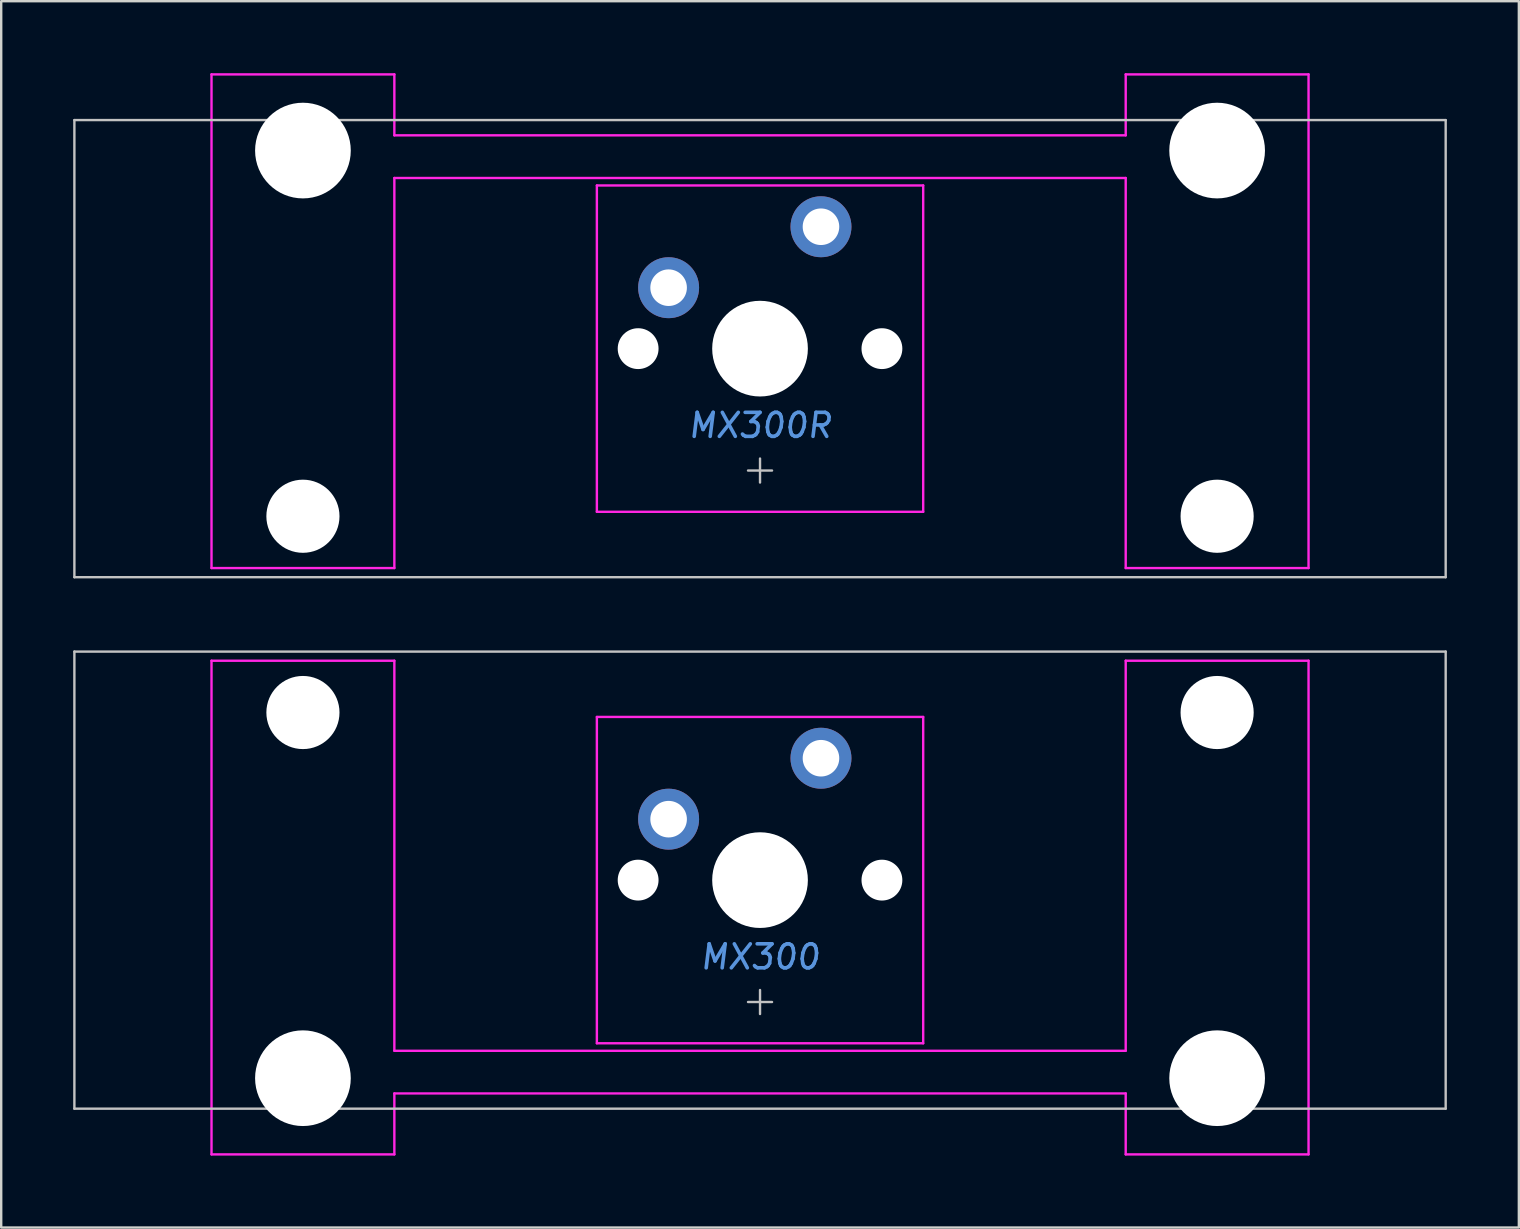
<source format=kicad_pcb>
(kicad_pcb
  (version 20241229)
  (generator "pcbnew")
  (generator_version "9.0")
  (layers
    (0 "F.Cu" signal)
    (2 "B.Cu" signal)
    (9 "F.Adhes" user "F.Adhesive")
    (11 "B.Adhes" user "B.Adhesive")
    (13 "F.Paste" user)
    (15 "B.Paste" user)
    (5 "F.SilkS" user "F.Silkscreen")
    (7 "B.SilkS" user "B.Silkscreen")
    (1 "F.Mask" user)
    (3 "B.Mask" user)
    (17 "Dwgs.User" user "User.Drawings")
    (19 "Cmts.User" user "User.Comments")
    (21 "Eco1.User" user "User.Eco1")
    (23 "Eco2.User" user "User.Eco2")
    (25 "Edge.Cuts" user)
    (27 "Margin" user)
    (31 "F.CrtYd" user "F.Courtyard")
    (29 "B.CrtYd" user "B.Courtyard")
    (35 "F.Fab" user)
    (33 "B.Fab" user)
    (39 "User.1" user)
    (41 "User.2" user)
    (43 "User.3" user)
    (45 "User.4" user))
  (footprint "MX300R"
    (layer "F.Cu")
    (at 28.625 11.48)
    (property "Reference" "MX300R" (at 0 3.2 0) (layer "Cmts.User") (effects (font (size 1 1) (thickness 0.15) (italic yes))))
    (attr through_hole)
    (fp_line (start -28.575 -9.525) (end -28.575 9.525) (stroke (width 0.1) (type solid)) (layer "Dwgs.User"))
    (fp_line (start 0 5.58) (end 0 4.58) (stroke (width 0.1) (type solid)) (layer "Dwgs.User"))
    (fp_line (start 0.5 5.08) (end -0.5 5.08) (stroke (width 0.1) (type solid)) (layer "Dwgs.User"))
    (fp_line (start 28.575 -9.525) (end -28.575 -9.525) (stroke (width 0.1) (type solid)) (layer "Dwgs.User"))
    (fp_line (start 28.575 -9.525) (end 28.575 9.525) (stroke (width 0.1) (type solid)) (layer "Dwgs.User"))
    (fp_line (start 28.575 9.525) (end -28.575 9.525) (stroke (width 0.1) (type solid)) (layer "Dwgs.User"))
    (fp_line (start -22.55 5.485) (end -22.55 -8.515) (stroke (width 0.1) (type solid)) (layer "Eco1.User"))
    (fp_line (start -22.05 5.985) (end -16.05 5.985) (stroke (width 0.1) (type solid)) (layer "Eco1.User"))
    (fp_line (start -16.05 -9.015) (end -22.05 -9.015) (stroke (width 0.1) (type solid)) (layer "Eco1.User"))
    (fp_line (start -15.55 -8.515) (end -15.55 5.485) (stroke (width 0.1) (type solid)) (layer "Eco1.User"))
    (fp_line (start -7 6.5) (end -7 -6.5) (stroke (width 0.1) (type solid)) (layer "Eco1.User"))
    (fp_line (start -6.5 -7) (end 6.5 -7) (stroke (width 0.1) (type solid)) (layer "Eco1.User"))
    (fp_line (start 6.5 7) (end -6.5 7) (stroke (width 0.1) (type solid)) (layer "Eco1.User"))
    (fp_line (start 7 -6.5) (end 7 6.5) (stroke (width 0.1) (type solid)) (layer "Eco1.User"))
    (fp_line (start 15.55 5.485) (end 15.55 -8.515) (stroke (width 0.1) (type solid)) (layer "Eco1.User"))
    (fp_line (start 16.05 5.985) (end 22.05 5.985) (stroke (width 0.1) (type solid)) (layer "Eco1.User"))
    (fp_line (start 22.05 -9.015) (end 16.05 -9.015) (stroke (width 0.1) (type solid)) (layer "Eco1.User"))
    (fp_line (start 22.55 -8.515) (end 22.55 5.485) (stroke (width 0.1) (type solid)) (layer "Eco1.User"))
    (fp_arc (start -22.55 -8.515) (mid -22.403553 -8.868553) (end -22.05 -9.015) (stroke (width 0.1) (type solid)) (layer "Eco1.User"))
    (fp_arc (start -22.05 5.985) (mid -22.403553 5.838553) (end -22.55 5.485) (stroke (width 0.1) (type solid)) (layer "Eco1.User"))
    (fp_arc (start -16.05 -9.015) (mid -15.696447 -8.868553) (end -15.55 -8.515) (stroke (width 0.1) (type solid)) (layer "Eco1.User"))
    (fp_arc (start -15.55 5.485) (mid -15.696447 5.838553) (end -16.05 5.985) (stroke (width 0.1) (type solid)) (layer "Eco1.User"))
    (fp_arc (start -7 -6.5) (mid -6.853553 -6.853553) (end -6.5 -7) (stroke (width 0.1) (type solid)) (layer "Eco1.User"))
    (fp_arc (start -6.5 7) (mid -6.853553 6.853553) (end -7 6.5) (stroke (width 0.1) (type solid)) (layer "Eco1.User"))
    (fp_arc (start 6.5 -7) (mid 6.853553 -6.853553) (end 7 -6.5) (stroke (width 0.1) (type solid)) (layer "Eco1.User"))
    (fp_arc (start 7 6.5) (mid 6.853553 6.853553) (end 6.5 7) (stroke (width 0.1) (type solid)) (layer "Eco1.User"))
    (fp_arc (start 15.55 -8.515) (mid 15.696447 -8.868553) (end 16.05 -9.015) (stroke (width 0.1) (type solid)) (layer "Eco1.User"))
    (fp_arc (start 16.05 5.985) (mid 15.696447 5.838553) (end 15.55 5.485) (stroke (width 0.1) (type solid)) (layer "Eco1.User"))
    (fp_arc (start 22.05 -9.015) (mid 22.403553 -8.868553) (end 22.55 -8.515) (stroke (width 0.1) (type solid)) (layer "Eco1.User"))
    (fp_arc (start 22.55 5.485) (mid 22.403553 5.838553) (end 22.05 5.985) (stroke (width 0.1) (type solid)) (layer "Eco1.User"))
    (fp_line (start -22.86 -11.43) (end -22.86 9.144) (stroke (width 0.1) (type solid)) (layer "F.CrtYd"))
    (fp_line (start -22.86 9.144) (end -15.24 9.144) (stroke (width 0.1) (type solid)) (layer "F.CrtYd"))
    (fp_line (start -15.24 -11.43) (end -22.86 -11.43) (stroke (width 0.1) (type solid)) (layer "F.CrtYd"))
    (fp_line (start -15.24 -11.43) (end -15.24 -8.89) (stroke (width 0.1) (type solid)) (layer "F.CrtYd"))
    (fp_line (start -15.24 -8.89) (end 15.24 -8.89) (stroke (width 0.1) (type solid)) (layer "F.CrtYd"))
    (fp_line (start -15.24 -7.112) (end 15.24 -7.112) (stroke (width 0.1) (type solid)) (layer "F.CrtYd"))
    (fp_line (start -15.24 9.144) (end -15.24 -7.112) (stroke (width 0.1) (type solid)) (layer "F.CrtYd"))
    (fp_line (start -6.8 -6.8) (end 6.8 -6.8) (stroke (width 0.1) (type solid)) (layer "F.CrtYd"))
    (fp_line (start -6.8 6.8) (end -6.8 -6.8) (stroke (width 0.1) (type solid)) (layer "F.CrtYd"))
    (fp_line (start -6.8 6.8) (end 6.8 6.8) (stroke (width 0.1) (type solid)) (layer "F.CrtYd"))
    (fp_line (start 6.8 6.8) (end 6.8 -6.8) (stroke (width 0.1) (type solid)) (layer "F.CrtYd"))
    (fp_line (start 15.24 -11.43) (end 15.24 -8.89) (stroke (width 0.1) (type solid)) (layer "F.CrtYd"))
    (fp_line (start 15.24 9.144) (end 15.24 -7.112) (stroke (width 0.1) (type solid)) (layer "F.CrtYd"))
    (fp_line (start 15.24 9.144) (end 22.86 9.144) (stroke (width 0.1) (type solid)) (layer "F.CrtYd"))
    (fp_line (start 22.86 -11.43) (end 15.24 -11.43) (stroke (width 0.1) (type solid)) (layer "F.CrtYd"))
    (fp_line (start 22.86 9.144) (end 22.86 -11.43) (stroke (width 0.1) (type solid)) (layer "F.CrtYd"))
    (pad "" np_thru_hole circle (at -19.05 -8.255 180) (size 3.988 3.988) (drill 3.988) (layers "*.Cu" "*.Mask"))
    (pad "" np_thru_hole circle (at -19.05 6.985 180) (size 3.048 3.048) (drill 3.048) (layers "*.Cu" "*.Mask"))
    (pad "" np_thru_hole circle (at -5.08 0) (size 1.702 1.702) (drill 1.702) (layers "*.Cu" "*.Mask"))
    (pad "" np_thru_hole circle (at 0 0) (size 3.988 3.988) (drill 3.988) (layers "*.Cu" "*.Mask"))
    (pad "" np_thru_hole circle (at 5.08 0) (size 1.702 1.702) (drill 1.702) (layers "*.Cu" "*.Mask"))
    (pad "" np_thru_hole circle (at 19.05 -8.255 180) (size 3.988 3.988) (drill 3.988) (layers "*.Cu" "*.Mask"))
    (pad "" np_thru_hole circle (at 19.05 6.985 180) (size 3.048 3.048) (drill 3.048) (layers "*.Cu" "*.Mask"))
    (pad "1" thru_hole circle (at 2.54 -5.08) (size 2.54 2.54) (drill 1.524) (layers "*.Cu" "*.Mask"))
    (pad "2" thru_hole circle (at -3.81 -2.54) (size 2.54 2.54) (drill 1.524) (layers "*.Cu" "*.Mask")))
  (footprint "MX300"
    (layer "F.Cu")
    (at 28.625 33.63)
    (property "Reference" "MX300" (at 0 3.2 0) (layer "Cmts.User") (effects (font (size 1 1) (thickness 0.15) (italic yes))))
    (attr through_hole)
    (fp_line (start -28.575 -9.525) (end -28.575 9.525) (stroke (width 0.1) (type solid)) (layer "Dwgs.User"))
    (fp_line (start 0 5.58) (end 0 4.58) (stroke (width 0.1) (type solid)) (layer "Dwgs.User"))
    (fp_line (start 0.5 5.08) (end -0.5 5.08) (stroke (width 0.1) (type solid)) (layer "Dwgs.User"))
    (fp_line (start 28.575 -9.525) (end -28.575 -9.525) (stroke (width 0.1) (type solid)) (layer "Dwgs.User"))
    (fp_line (start 28.575 -9.525) (end 28.575 9.525) (stroke (width 0.1) (type solid)) (layer "Dwgs.User"))
    (fp_line (start 28.575 9.525) (end -28.575 9.525) (stroke (width 0.1) (type solid)) (layer "Dwgs.User"))
    (fp_line (start -22.55 8.515) (end -22.55 -5.485) (stroke (width 0.1) (type solid)) (layer "Eco1.User"))
    (fp_line (start -22.05 9.015) (end -16.05 9.015) (stroke (width 0.1) (type solid)) (layer "Eco1.User"))
    (fp_line (start -16.05 -5.985) (end -22.05 -5.985) (stroke (width 0.1) (type solid)) (layer "Eco1.User"))
    (fp_line (start -15.55 -5.485) (end -15.55 8.515) (stroke (width 0.1) (type solid)) (layer "Eco1.User"))
    (fp_line (start -7 6.5) (end -7 -6.5) (stroke (width 0.1) (type solid)) (layer "Eco1.User"))
    (fp_line (start -6.5 -7) (end 6.5 -7) (stroke (width 0.1) (type solid)) (layer "Eco1.User"))
    (fp_line (start 6.5 7) (end -6.5 7) (stroke (width 0.1) (type solid)) (layer "Eco1.User"))
    (fp_line (start 7 -6.5) (end 7 6.5) (stroke (width 0.1) (type solid)) (layer "Eco1.User"))
    (fp_line (start 15.55 8.515) (end 15.55 -5.485) (stroke (width 0.1) (type solid)) (layer "Eco1.User"))
    (fp_line (start 16.05 9.015) (end 22.05 9.015) (stroke (width 0.1) (type solid)) (layer "Eco1.User"))
    (fp_line (start 22.05 -5.985) (end 16.05 -5.985) (stroke (width 0.1) (type solid)) (layer "Eco1.User"))
    (fp_line (start 22.55 -5.485) (end 22.55 8.515) (stroke (width 0.1) (type solid)) (layer "Eco1.User"))
    (fp_arc (start -22.55 -5.485) (mid -22.403553 -5.838553) (end -22.05 -5.985) (stroke (width 0.1) (type solid)) (layer "Eco1.User"))
    (fp_arc (start -22.05 9.015) (mid -22.403553 8.868553) (end -22.55 8.515) (stroke (width 0.1) (type solid)) (layer "Eco1.User"))
    (fp_arc (start -16.05 -5.985) (mid -15.696447 -5.838553) (end -15.55 -5.485) (stroke (width 0.1) (type solid)) (layer "Eco1.User"))
    (fp_arc (start -15.55 8.515) (mid -15.696447 8.868553) (end -16.05 9.015) (stroke (width 0.1) (type solid)) (layer "Eco1.User"))
    (fp_arc (start -7 -6.5) (mid -6.853553 -6.853553) (end -6.5 -7) (stroke (width 0.1) (type solid)) (layer "Eco1.User"))
    (fp_arc (start -6.5 7) (mid -6.853553 6.853553) (end -7 6.5) (stroke (width 0.1) (type solid)) (layer "Eco1.User"))
    (fp_arc (start 6.5 -7) (mid 6.853553 -6.853553) (end 7 -6.5) (stroke (width 0.1) (type solid)) (layer "Eco1.User"))
    (fp_arc (start 7 6.5) (mid 6.853553 6.853553) (end 6.5 7) (stroke (width 0.1) (type solid)) (layer "Eco1.User"))
    (fp_arc (start 15.55 -5.485) (mid 15.696447 -5.838553) (end 16.05 -5.985) (stroke (width 0.1) (type solid)) (layer "Eco1.User"))
    (fp_arc (start 16.05 9.015) (mid 15.696447 8.868553) (end 15.55 8.515) (stroke (width 0.1) (type solid)) (layer "Eco1.User"))
    (fp_arc (start 22.05 -5.985) (mid 22.403553 -5.838553) (end 22.55 -5.485) (stroke (width 0.1) (type solid)) (layer "Eco1.User"))
    (fp_arc (start 22.55 8.515) (mid 22.403553 8.868553) (end 22.05 9.015) (stroke (width 0.1) (type solid)) (layer "Eco1.User"))
    (fp_line (start -22.86 -9.144) (end -22.86 11.43) (stroke (width 0.1) (type solid)) (layer "F.CrtYd"))
    (fp_line (start -22.86 11.43) (end -15.24 11.43) (stroke (width 0.1) (type solid)) (layer "F.CrtYd"))
    (fp_line (start -15.24 -9.144) (end -22.86 -9.144) (stroke (width 0.1) (type solid)) (layer "F.CrtYd"))
    (fp_line (start -15.24 -9.144) (end -15.24 7.112) (stroke (width 0.1) (type solid)) (layer "F.CrtYd"))
    (fp_line (start -15.24 11.43) (end -15.24 8.89) (stroke (width 0.1) (type solid)) (layer "F.CrtYd"))
    (fp_line (start -6.8 -6.8) (end 6.8 -6.8) (stroke (width 0.1) (type solid)) (layer "F.CrtYd"))
    (fp_line (start -6.8 6.8) (end -6.8 -6.8) (stroke (width 0.1) (type solid)) (layer "F.CrtYd"))
    (fp_line (start -6.8 6.8) (end 6.8 6.8) (stroke (width 0.1) (type solid)) (layer "F.CrtYd"))
    (fp_line (start 6.8 6.8) (end 6.8 -6.8) (stroke (width 0.1) (type solid)) (layer "F.CrtYd"))
    (fp_line (start 15.24 -9.144) (end 15.24 7.112) (stroke (width 0.1) (type solid)) (layer "F.CrtYd"))
    (fp_line (start 15.24 7.112) (end -15.24 7.112) (stroke (width 0.1) (type solid)) (layer "F.CrtYd"))
    (fp_line (start 15.24 8.89) (end -15.24 8.89) (stroke (width 0.1) (type solid)) (layer "F.CrtYd"))
    (fp_line (start 15.24 11.43) (end 15.24 8.89) (stroke (width 0.1) (type solid)) (layer "F.CrtYd"))
    (fp_line (start 15.24 11.43) (end 22.86 11.43) (stroke (width 0.1) (type solid)) (layer "F.CrtYd"))
    (fp_line (start 22.86 -9.144) (end 15.24 -9.144) (stroke (width 0.1) (type solid)) (layer "F.CrtYd"))
    (fp_line (start 22.86 11.43) (end 22.86 -9.144) (stroke (width 0.1) (type solid)) (layer "F.CrtYd"))
    (pad "" np_thru_hole circle (at -19.05 -6.985) (size 3.048 3.048) (drill 3.048) (layers "*.Cu" "*.Mask"))
    (pad "" np_thru_hole circle (at -19.05 8.255) (size 3.988 3.988) (drill 3.988) (layers "*.Cu" "*.Mask"))
    (pad "" np_thru_hole circle (at -5.08 0) (size 1.702 1.702) (drill 1.702) (layers "*.Cu" "*.Mask"))
    (pad "" np_thru_hole circle (at 0 0 180) (size 3.988 3.988) (drill 3.988) (layers "*.Cu" "*.Mask"))
    (pad "" np_thru_hole circle (at 5.08 0) (size 1.702 1.702) (drill 1.702) (layers "*.Cu" "*.Mask"))
    (pad "" np_thru_hole circle (at 19.05 -6.985) (size 3.048 3.048) (drill 3.048) (layers "*.Cu" "*.Mask"))
    (pad "" np_thru_hole circle (at 19.05 8.255) (size 3.988 3.988) (drill 3.988) (layers "*.Cu" "*.Mask"))
    (pad "1" thru_hole circle (at 2.54 -5.08) (size 2.54 2.54) (drill 1.524) (layers "*.Cu" "*.Mask"))
    (pad "2" thru_hole circle (at -3.81 -2.54) (size 2.54 2.54) (drill 1.524) (layers "*.Cu" "*.Mask")))
  (gr_rect
    (start -3 -3)
    (end 60.25 48.11)
    (stroke (width 0.1) (type default))
    (fill no)
    (layer "Edge.Cuts")))
</source>
